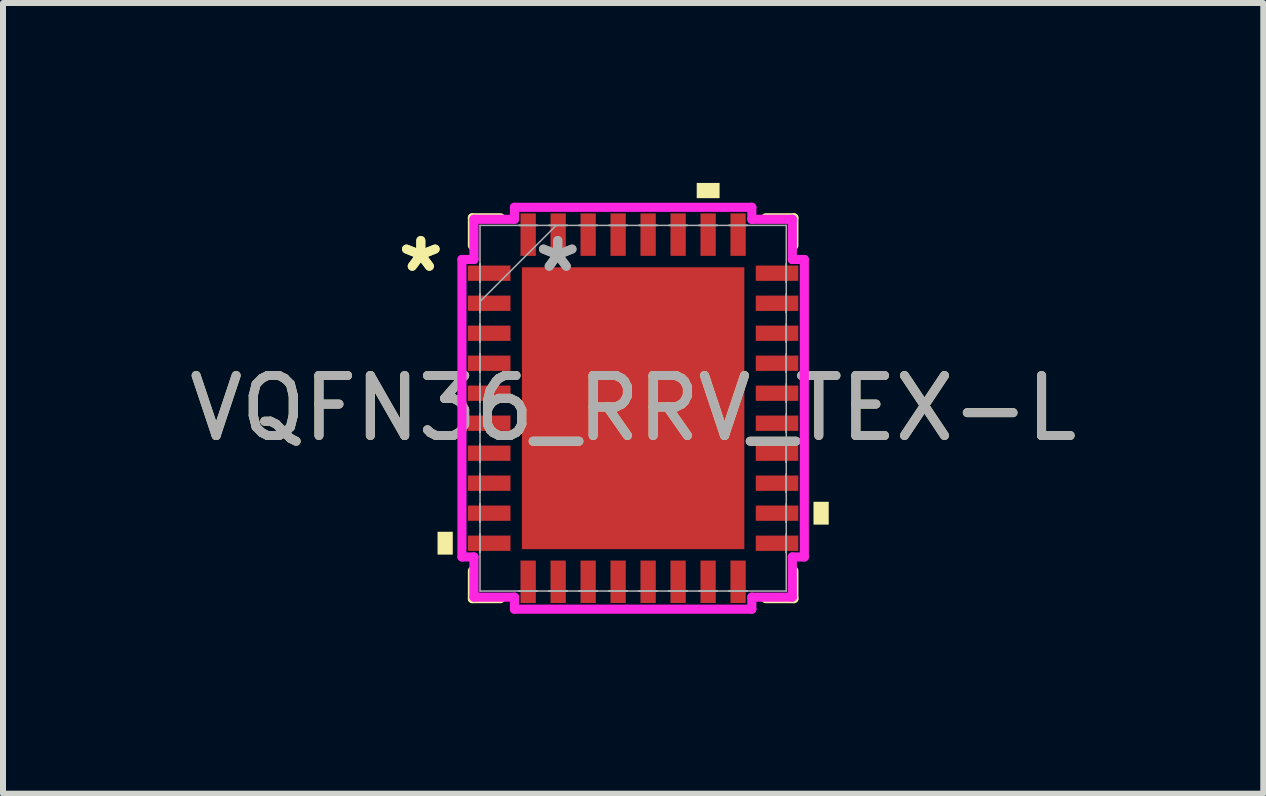
<source format=kicad_pcb>
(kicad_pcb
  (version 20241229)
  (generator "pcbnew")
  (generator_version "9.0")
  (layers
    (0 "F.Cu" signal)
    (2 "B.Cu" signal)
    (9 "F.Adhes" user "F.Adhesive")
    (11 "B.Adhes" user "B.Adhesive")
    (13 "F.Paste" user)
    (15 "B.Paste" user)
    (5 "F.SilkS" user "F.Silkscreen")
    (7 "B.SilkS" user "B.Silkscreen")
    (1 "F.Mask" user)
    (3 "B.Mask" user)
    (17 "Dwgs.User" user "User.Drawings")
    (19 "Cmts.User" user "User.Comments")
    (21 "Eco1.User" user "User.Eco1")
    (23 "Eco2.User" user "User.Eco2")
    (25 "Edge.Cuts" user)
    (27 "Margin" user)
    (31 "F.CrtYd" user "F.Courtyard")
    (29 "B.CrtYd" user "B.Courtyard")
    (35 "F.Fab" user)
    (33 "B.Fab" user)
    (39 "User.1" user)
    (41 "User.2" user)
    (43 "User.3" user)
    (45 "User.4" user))
  (footprint "VQFN36_RRV_TEX-L"
    (layer "F.Cu")
    (at 7.506 3.756)
    (property "Reference" "VQFN36_RRV_TEX-L" (at 0 0 0) (unlocked yes) (layer "F.SilkS") (effects (font (size 1 1) (thickness 0.15))))
    (attr smd)
    (fp_line (start -2.68 -3.175) (end -2.68 -2.711) (stroke (width 0.152) (type solid)) (layer "F.SilkS"))
    (fp_line (start -2.68 2.711) (end -2.68 3.175) (stroke (width 0.152) (type solid)) (layer "F.SilkS"))
    (fp_line (start -2.68 3.175) (end -2.211 3.175) (stroke (width 0.152) (type solid)) (layer "F.SilkS"))
    (fp_line (start -2.211 -3.175) (end -2.68 -3.175) (stroke (width 0.152) (type solid)) (layer "F.SilkS"))
    (fp_line (start 2.211 3.175) (end 2.68 3.175) (stroke (width 0.152) (type solid)) (layer "F.SilkS"))
    (fp_line (start 2.68 -3.175) (end 2.211 -3.175) (stroke (width 0.152) (type solid)) (layer "F.SilkS"))
    (fp_line (start 2.68 -2.711) (end 2.68 -3.175) (stroke (width 0.152) (type solid)) (layer "F.SilkS"))
    (fp_line (start 2.68 3.175) (end 2.68 2.711) (stroke (width 0.152) (type solid)) (layer "F.SilkS"))
    (fp_poly (pts (xy -3.261 2.06) (xy -3.261 2.441) (xy -3.007 2.441) (xy -3.007 2.06)) (stroke (width 0) (type solid)) (fill yes) (layer "F.SilkS"))
    (fp_poly (pts (xy 1.06 -3.502) (xy 1.06 -3.756) (xy 1.441 -3.756) (xy 1.441 -3.502)) (stroke (width 0) (type solid)) (fill yes) (layer "F.SilkS"))
    (fp_poly (pts (xy 3.261 1.56) (xy 3.261 1.941) (xy 3.007 1.941) (xy 3.007 1.56)) (stroke (width 0) (type solid)) (fill yes) (layer "F.SilkS"))
    (fp_line (start -2.854 -2.48) (end -2.654 -2.48) (stroke (width 0.152) (type solid)) (layer "F.CrtYd"))
    (fp_line (start -2.854 2.48) (end -2.854 -2.48) (stroke (width 0.152) (type solid)) (layer "F.CrtYd"))
    (fp_line (start -2.654 -3.15) (end -1.979 -3.15) (stroke (width 0.152) (type solid)) (layer "F.CrtYd"))
    (fp_line (start -2.654 -2.48) (end -2.654 -3.15) (stroke (width 0.152) (type solid)) (layer "F.CrtYd"))
    (fp_line (start -2.654 2.48) (end -2.854 2.48) (stroke (width 0.152) (type solid)) (layer "F.CrtYd"))
    (fp_line (start -2.654 3.15) (end -2.654 2.48) (stroke (width 0.152) (type solid)) (layer "F.CrtYd"))
    (fp_line (start -1.979 -3.35) (end 1.979 -3.35) (stroke (width 0.152) (type solid)) (layer "F.CrtYd"))
    (fp_line (start -1.979 -3.15) (end -1.979 -3.35) (stroke (width 0.152) (type solid)) (layer "F.CrtYd"))
    (fp_line (start -1.979 3.15) (end -2.654 3.15) (stroke (width 0.152) (type solid)) (layer "F.CrtYd"))
    (fp_line (start -1.979 3.35) (end -1.979 3.15) (stroke (width 0.152) (type solid)) (layer "F.CrtYd"))
    (fp_line (start 1.979 -3.35) (end 1.979 -3.15) (stroke (width 0.152) (type solid)) (layer "F.CrtYd"))
    (fp_line (start 1.979 -3.15) (end 2.654 -3.15) (stroke (width 0.152) (type solid)) (layer "F.CrtYd"))
    (fp_line (start 1.979 3.15) (end 1.979 3.35) (stroke (width 0.152) (type solid)) (layer "F.CrtYd"))
    (fp_line (start 1.979 3.35) (end -1.979 3.35) (stroke (width 0.152) (type solid)) (layer "F.CrtYd"))
    (fp_line (start 2.654 -3.15) (end 2.654 -2.48) (stroke (width 0.152) (type solid)) (layer "F.CrtYd"))
    (fp_line (start 2.654 -2.48) (end 2.854 -2.48) (stroke (width 0.152) (type solid)) (layer "F.CrtYd"))
    (fp_line (start 2.654 2.48) (end 2.654 3.15) (stroke (width 0.152) (type solid)) (layer "F.CrtYd"))
    (fp_line (start 2.654 3.15) (end 1.979 3.15) (stroke (width 0.152) (type solid)) (layer "F.CrtYd"))
    (fp_line (start 2.854 -2.48) (end 2.854 2.48) (stroke (width 0.152) (type solid)) (layer "F.CrtYd"))
    (fp_line (start 2.854 2.48) (end 2.654 2.48) (stroke (width 0.152) (type solid)) (layer "F.CrtYd"))
    (fp_line (start -2.553 -3.048) (end -2.553 3.048) (stroke (width 0.025) (type solid)) (layer "F.Fab"))
    (fp_line (start -2.553 -2.403) (end -2.553 -2.403) (stroke (width 0.025) (type solid)) (layer "F.Fab"))
    (fp_line (start -2.553 -2.403) (end -2.553 -2.098) (stroke (width 0.025) (type solid)) (layer "F.Fab"))
    (fp_line (start -2.553 -2.098) (end -2.553 -2.403) (stroke (width 0.025) (type solid)) (layer "F.Fab"))
    (fp_line (start -2.553 -2.098) (end -2.553 -2.098) (stroke (width 0.025) (type solid)) (layer "F.Fab"))
    (fp_line (start -2.553 -1.903) (end -2.553 -1.903) (stroke (width 0.025) (type solid)) (layer "F.Fab"))
    (fp_line (start -2.553 -1.903) (end -2.553 -1.598) (stroke (width 0.025) (type solid)) (layer "F.Fab"))
    (fp_line (start -2.553 -1.778) (end -1.283 -3.048) (stroke (width 0.025) (type solid)) (layer "F.Fab"))
    (fp_line (start -2.553 -1.598) (end -2.553 -1.903) (stroke (width 0.025) (type solid)) (layer "F.Fab"))
    (fp_line (start -2.553 -1.598) (end -2.553 -1.598) (stroke (width 0.025) (type solid)) (layer "F.Fab"))
    (fp_line (start -2.553 -1.403) (end -2.553 -1.403) (stroke (width 0.025) (type solid)) (layer "F.Fab"))
    (fp_line (start -2.553 -1.403) (end -2.553 -1.098) (stroke (width 0.025) (type solid)) (layer "F.Fab"))
    (fp_line (start -2.553 -1.098) (end -2.553 -1.403) (stroke (width 0.025) (type solid)) (layer "F.Fab"))
    (fp_line (start -2.553 -1.098) (end -2.553 -1.098) (stroke (width 0.025) (type solid)) (layer "F.Fab"))
    (fp_line (start -2.553 -0.903) (end -2.553 -0.903) (stroke (width 0.025) (type solid)) (layer "F.Fab"))
    (fp_line (start -2.553 -0.903) (end -2.553 -0.598) (stroke (width 0.025) (type solid)) (layer "F.Fab"))
    (fp_line (start -2.553 -0.598) (end -2.553 -0.903) (stroke (width 0.025) (type solid)) (layer "F.Fab"))
    (fp_line (start -2.553 -0.598) (end -2.553 -0.598) (stroke (width 0.025) (type solid)) (layer "F.Fab"))
    (fp_line (start -2.553 -0.402) (end -2.553 -0.402) (stroke (width 0.025) (type solid)) (layer "F.Fab"))
    (fp_line (start -2.553 -0.402) (end -2.553 -0.098) (stroke (width 0.025) (type solid)) (layer "F.Fab"))
    (fp_line (start -2.553 -0.098) (end -2.553 -0.402) (stroke (width 0.025) (type solid)) (layer "F.Fab"))
    (fp_line (start -2.553 -0.098) (end -2.553 -0.098) (stroke (width 0.025) (type solid)) (layer "F.Fab"))
    (fp_line (start -2.553 0.098) (end -2.553 0.098) (stroke (width 0.025) (type solid)) (layer "F.Fab"))
    (fp_line (start -2.553 0.098) (end -2.553 0.402) (stroke (width 0.025) (type solid)) (layer "F.Fab"))
    (fp_line (start -2.553 0.402) (end -2.553 0.098) (stroke (width 0.025) (type solid)) (layer "F.Fab"))
    (fp_line (start -2.553 0.402) (end -2.553 0.402) (stroke (width 0.025) (type solid)) (layer "F.Fab"))
    (fp_line (start -2.553 0.598) (end -2.553 0.598) (stroke (width 0.025) (type solid)) (layer "F.Fab"))
    (fp_line (start -2.553 0.598) (end -2.553 0.903) (stroke (width 0.025) (type solid)) (layer "F.Fab"))
    (fp_line (start -2.553 0.903) (end -2.553 0.598) (stroke (width 0.025) (type solid)) (layer "F.Fab"))
    (fp_line (start -2.553 0.903) (end -2.553 0.903) (stroke (width 0.025) (type solid)) (layer "F.Fab"))
    (fp_line (start -2.553 1.098) (end -2.553 1.098) (stroke (width 0.025) (type solid)) (layer "F.Fab"))
    (fp_line (start -2.553 1.098) (end -2.553 1.403) (stroke (width 0.025) (type solid)) (layer "F.Fab"))
    (fp_line (start -2.553 1.403) (end -2.553 1.098) (stroke (width 0.025) (type solid)) (layer "F.Fab"))
    (fp_line (start -2.553 1.403) (end -2.553 1.403) (stroke (width 0.025) (type solid)) (layer "F.Fab"))
    (fp_line (start -2.553 1.598) (end -2.553 1.598) (stroke (width 0.025) (type solid)) (layer "F.Fab"))
    (fp_line (start -2.553 1.598) (end -2.553 1.903) (stroke (width 0.025) (type solid)) (layer "F.Fab"))
    (fp_line (start -2.553 1.903) (end -2.553 1.598) (stroke (width 0.025) (type solid)) (layer "F.Fab"))
    (fp_line (start -2.553 1.903) (end -2.553 1.903) (stroke (width 0.025) (type solid)) (layer "F.Fab"))
    (fp_line (start -2.553 2.098) (end -2.553 2.098) (stroke (width 0.025) (type solid)) (layer "F.Fab"))
    (fp_line (start -2.553 2.098) (end -2.553 2.403) (stroke (width 0.025) (type solid)) (layer "F.Fab"))
    (fp_line (start -2.553 2.403) (end -2.553 2.098) (stroke (width 0.025) (type solid)) (layer "F.Fab"))
    (fp_line (start -2.553 2.403) (end -2.553 2.403) (stroke (width 0.025) (type solid)) (layer "F.Fab"))
    (fp_line (start -2.553 3.048) (end 2.553 3.048) (stroke (width 0.025) (type solid)) (layer "F.Fab"))
    (fp_line (start -1.903 -3.048) (end -1.903 -3.048) (stroke (width 0.025) (type solid)) (layer "F.Fab"))
    (fp_line (start -1.903 -3.048) (end -1.598 -3.048) (stroke (width 0.025) (type solid)) (layer "F.Fab"))
    (fp_line (start -1.903 3.048) (end -1.903 3.048) (stroke (width 0.025) (type solid)) (layer "F.Fab"))
    (fp_line (start -1.903 3.048) (end -1.598 3.048) (stroke (width 0.025) (type solid)) (layer "F.Fab"))
    (fp_line (start -1.598 -3.048) (end -1.903 -3.048) (stroke (width 0.025) (type solid)) (layer "F.Fab"))
    (fp_line (start -1.598 -3.048) (end -1.598 -3.048) (stroke (width 0.025) (type solid)) (layer "F.Fab"))
    (fp_line (start -1.598 3.048) (end -1.903 3.048) (stroke (width 0.025) (type solid)) (layer "F.Fab"))
    (fp_line (start -1.598 3.048) (end -1.598 3.048) (stroke (width 0.025) (type solid)) (layer "F.Fab"))
    (fp_line (start -1.403 -3.048) (end -1.403 -3.048) (stroke (width 0.025) (type solid)) (layer "F.Fab"))
    (fp_line (start -1.403 -3.048) (end -1.098 -3.048) (stroke (width 0.025) (type solid)) (layer "F.Fab"))
    (fp_line (start -1.403 3.048) (end -1.403 3.048) (stroke (width 0.025) (type solid)) (layer "F.Fab"))
    (fp_line (start -1.403 3.048) (end -1.098 3.048) (stroke (width 0.025) (type solid)) (layer "F.Fab"))
    (fp_line (start -1.098 -3.048) (end -1.403 -3.048) (stroke (width 0.025) (type solid)) (layer "F.Fab"))
    (fp_line (start -1.098 -3.048) (end -1.098 -3.048) (stroke (width 0.025) (type solid)) (layer "F.Fab"))
    (fp_line (start -1.098 3.048) (end -1.403 3.048) (stroke (width 0.025) (type solid)) (layer "F.Fab"))
    (fp_line (start -1.098 3.048) (end -1.098 3.048) (stroke (width 0.025) (type solid)) (layer "F.Fab"))
    (fp_line (start -0.903 -3.048) (end -0.903 -3.048) (stroke (width 0.025) (type solid)) (layer "F.Fab"))
    (fp_line (start -0.903 -3.048) (end -0.598 -3.048) (stroke (width 0.025) (type solid)) (layer "F.Fab"))
    (fp_line (start -0.903 3.048) (end -0.903 3.048) (stroke (width 0.025) (type solid)) (layer "F.Fab"))
    (fp_line (start -0.903 3.048) (end -0.598 3.048) (stroke (width 0.025) (type solid)) (layer "F.Fab"))
    (fp_line (start -0.598 -3.048) (end -0.903 -3.048) (stroke (width 0.025) (type solid)) (layer "F.Fab"))
    (fp_line (start -0.598 -3.048) (end -0.598 -3.048) (stroke (width 0.025) (type solid)) (layer "F.Fab"))
    (fp_line (start -0.598 3.048) (end -0.903 3.048) (stroke (width 0.025) (type solid)) (layer "F.Fab"))
    (fp_line (start -0.598 3.048) (end -0.598 3.048) (stroke (width 0.025) (type solid)) (layer "F.Fab"))
    (fp_line (start -0.402 -3.048) (end -0.402 -3.048) (stroke (width 0.025) (type solid)) (layer "F.Fab"))
    (fp_line (start -0.402 -3.048) (end -0.098 -3.048) (stroke (width 0.025) (type solid)) (layer "F.Fab"))
    (fp_line (start -0.402 3.048) (end -0.402 3.048) (stroke (width 0.025) (type solid)) (layer "F.Fab"))
    (fp_line (start -0.402 3.048) (end -0.098 3.048) (stroke (width 0.025) (type solid)) (layer "F.Fab"))
    (fp_line (start -0.098 -3.048) (end -0.402 -3.048) (stroke (width 0.025) (type solid)) (layer "F.Fab"))
    (fp_line (start -0.098 -3.048) (end -0.098 -3.048) (stroke (width 0.025) (type solid)) (layer "F.Fab"))
    (fp_line (start -0.098 3.048) (end -0.402 3.048) (stroke (width 0.025) (type solid)) (layer "F.Fab"))
    (fp_line (start -0.098 3.048) (end -0.098 3.048) (stroke (width 0.025) (type solid)) (layer "F.Fab"))
    (fp_line (start 0.098 -3.048) (end 0.098 -3.048) (stroke (width 0.025) (type solid)) (layer "F.Fab"))
    (fp_line (start 0.098 -3.048) (end 0.402 -3.048) (stroke (width 0.025) (type solid)) (layer "F.Fab"))
    (fp_line (start 0.098 3.048) (end 0.098 3.048) (stroke (width 0.025) (type solid)) (layer "F.Fab"))
    (fp_line (start 0.098 3.048) (end 0.402 3.048) (stroke (width 0.025) (type solid)) (layer "F.Fab"))
    (fp_line (start 0.402 -3.048) (end 0.098 -3.048) (stroke (width 0.025) (type solid)) (layer "F.Fab"))
    (fp_line (start 0.402 -3.048) (end 0.402 -3.048) (stroke (width 0.025) (type solid)) (layer "F.Fab"))
    (fp_line (start 0.402 3.048) (end 0.098 3.048) (stroke (width 0.025) (type solid)) (layer "F.Fab"))
    (fp_line (start 0.402 3.048) (end 0.402 3.048) (stroke (width 0.025) (type solid)) (layer "F.Fab"))
    (fp_line (start 0.598 -3.048) (end 0.598 -3.048) (stroke (width 0.025) (type solid)) (layer "F.Fab"))
    (fp_line (start 0.598 -3.048) (end 0.903 -3.048) (stroke (width 0.025) (type solid)) (layer "F.Fab"))
    (fp_line (start 0.598 3.048) (end 0.598 3.048) (stroke (width 0.025) (type solid)) (layer "F.Fab"))
    (fp_line (start 0.598 3.048) (end 0.903 3.048) (stroke (width 0.025) (type solid)) (layer "F.Fab"))
    (fp_line (start 0.903 -3.048) (end 0.598 -3.048) (stroke (width 0.025) (type solid)) (layer "F.Fab"))
    (fp_line (start 0.903 -3.048) (end 0.903 -3.048) (stroke (width 0.025) (type solid)) (layer "F.Fab"))
    (fp_line (start 0.903 3.048) (end 0.598 3.048) (stroke (width 0.025) (type solid)) (layer "F.Fab"))
    (fp_line (start 0.903 3.048) (end 0.903 3.048) (stroke (width 0.025) (type solid)) (layer "F.Fab"))
    (fp_line (start 1.098 -3.048) (end 1.098 -3.048) (stroke (width 0.025) (type solid)) (layer "F.Fab"))
    (fp_line (start 1.098 -3.048) (end 1.403 -3.048) (stroke (width 0.025) (type solid)) (layer "F.Fab"))
    (fp_line (start 1.098 3.048) (end 1.098 3.048) (stroke (width 0.025) (type solid)) (layer "F.Fab"))
    (fp_line (start 1.098 3.048) (end 1.403 3.048) (stroke (width 0.025) (type solid)) (layer "F.Fab"))
    (fp_line (start 1.403 -3.048) (end 1.098 -3.048) (stroke (width 0.025) (type solid)) (layer "F.Fab"))
    (fp_line (start 1.403 -3.048) (end 1.403 -3.048) (stroke (width 0.025) (type solid)) (layer "F.Fab"))
    (fp_line (start 1.403 3.048) (end 1.098 3.048) (stroke (width 0.025) (type solid)) (layer "F.Fab"))
    (fp_line (start 1.403 3.048) (end 1.403 3.048) (stroke (width 0.025) (type solid)) (layer "F.Fab"))
    (fp_line (start 1.598 -3.048) (end 1.598 -3.048) (stroke (width 0.025) (type solid)) (layer "F.Fab"))
    (fp_line (start 1.598 -3.048) (end 1.903 -3.048) (stroke (width 0.025) (type solid)) (layer "F.Fab"))
    (fp_line (start 1.598 3.048) (end 1.598 3.048) (stroke (width 0.025) (type solid)) (layer "F.Fab"))
    (fp_line (start 1.598 3.048) (end 1.903 3.048) (stroke (width 0.025) (type solid)) (layer "F.Fab"))
    (fp_line (start 1.903 -3.048) (end 1.598 -3.048) (stroke (width 0.025) (type solid)) (layer "F.Fab"))
    (fp_line (start 1.903 -3.048) (end 1.903 -3.048) (stroke (width 0.025) (type solid)) (layer "F.Fab"))
    (fp_line (start 1.903 3.048) (end 1.598 3.048) (stroke (width 0.025) (type solid)) (layer "F.Fab"))
    (fp_line (start 1.903 3.048) (end 1.903 3.048) (stroke (width 0.025) (type solid)) (layer "F.Fab"))
    (fp_line (start 2.553 -3.048) (end -2.553 -3.048) (stroke (width 0.025) (type solid)) (layer "F.Fab"))
    (fp_line (start 2.553 -2.403) (end 2.553 -2.403) (stroke (width 0.025) (type solid)) (layer "F.Fab"))
    (fp_line (start 2.553 -2.403) (end 2.553 -2.098) (stroke (width 0.025) (type solid)) (layer "F.Fab"))
    (fp_line (start 2.553 -2.098) (end 2.553 -2.403) (stroke (width 0.025) (type solid)) (layer "F.Fab"))
    (fp_line (start 2.553 -2.098) (end 2.553 -2.098) (stroke (width 0.025) (type solid)) (layer "F.Fab"))
    (fp_line (start 2.553 -1.903) (end 2.553 -1.903) (stroke (width 0.025) (type solid)) (layer "F.Fab"))
    (fp_line (start 2.553 -1.903) (end 2.553 -1.598) (stroke (width 0.025) (type solid)) (layer "F.Fab"))
    (fp_line (start 2.553 -1.598) (end 2.553 -1.903) (stroke (width 0.025) (type solid)) (layer "F.Fab"))
    (fp_line (start 2.553 -1.598) (end 2.553 -1.598) (stroke (width 0.025) (type solid)) (layer "F.Fab"))
    (fp_line (start 2.553 -1.403) (end 2.553 -1.403) (stroke (width 0.025) (type solid)) (layer "F.Fab"))
    (fp_line (start 2.553 -1.403) (end 2.553 -1.098) (stroke (width 0.025) (type solid)) (layer "F.Fab"))
    (fp_line (start 2.553 -1.098) (end 2.553 -1.403) (stroke (width 0.025) (type solid)) (layer "F.Fab"))
    (fp_line (start 2.553 -1.098) (end 2.553 -1.098) (stroke (width 0.025) (type solid)) (layer "F.Fab"))
    (fp_line (start 2.553 -0.903) (end 2.553 -0.903) (stroke (width 0.025) (type solid)) (layer "F.Fab"))
    (fp_line (start 2.553 -0.903) (end 2.553 -0.598) (stroke (width 0.025) (type solid)) (layer "F.Fab"))
    (fp_line (start 2.553 -0.598) (end 2.553 -0.903) (stroke (width 0.025) (type solid)) (layer "F.Fab"))
    (fp_line (start 2.553 -0.598) (end 2.553 -0.598) (stroke (width 0.025) (type solid)) (layer "F.Fab"))
    (fp_line (start 2.553 -0.402) (end 2.553 -0.402) (stroke (width 0.025) (type solid)) (layer "F.Fab"))
    (fp_line (start 2.553 -0.402) (end 2.553 -0.098) (stroke (width 0.025) (type solid)) (layer "F.Fab"))
    (fp_line (start 2.553 -0.098) (end 2.553 -0.402) (stroke (width 0.025) (type solid)) (layer "F.Fab"))
    (fp_line (start 2.553 -0.098) (end 2.553 -0.098) (stroke (width 0.025) (type solid)) (layer "F.Fab"))
    (fp_line (start 2.553 0.098) (end 2.553 0.098) (stroke (width 0.025) (type solid)) (layer "F.Fab"))
    (fp_line (start 2.553 0.098) (end 2.553 0.402) (stroke (width 0.025) (type solid)) (layer "F.Fab"))
    (fp_line (start 2.553 0.402) (end 2.553 0.098) (stroke (width 0.025) (type solid)) (layer "F.Fab"))
    (fp_line (start 2.553 0.402) (end 2.553 0.402) (stroke (width 0.025) (type solid)) (layer "F.Fab"))
    (fp_line (start 2.553 0.598) (end 2.553 0.598) (stroke (width 0.025) (type solid)) (layer "F.Fab"))
    (fp_line (start 2.553 0.598) (end 2.553 0.903) (stroke (width 0.025) (type solid)) (layer "F.Fab"))
    (fp_line (start 2.553 0.903) (end 2.553 0.598) (stroke (width 0.025) (type solid)) (layer "F.Fab"))
    (fp_line (start 2.553 0.903) (end 2.553 0.903) (stroke (width 0.025) (type solid)) (layer "F.Fab"))
    (fp_line (start 2.553 1.098) (end 2.553 1.098) (stroke (width 0.025) (type solid)) (layer "F.Fab"))
    (fp_line (start 2.553 1.098) (end 2.553 1.403) (stroke (width 0.025) (type solid)) (layer "F.Fab"))
    (fp_line (start 2.553 1.403) (end 2.553 1.098) (stroke (width 0.025) (type solid)) (layer "F.Fab"))
    (fp_line (start 2.553 1.403) (end 2.553 1.403) (stroke (width 0.025) (type solid)) (layer "F.Fab"))
    (fp_line (start 2.553 1.598) (end 2.553 1.598) (stroke (width 0.025) (type solid)) (layer "F.Fab"))
    (fp_line (start 2.553 1.598) (end 2.553 1.903) (stroke (width 0.025) (type solid)) (layer "F.Fab"))
    (fp_line (start 2.553 1.903) (end 2.553 1.598) (stroke (width 0.025) (type solid)) (layer "F.Fab"))
    (fp_line (start 2.553 1.903) (end 2.553 1.903) (stroke (width 0.025) (type solid)) (layer "F.Fab"))
    (fp_line (start 2.553 2.098) (end 2.553 2.098) (stroke (width 0.025) (type solid)) (layer "F.Fab"))
    (fp_line (start 2.553 2.098) (end 2.553 2.403) (stroke (width 0.025) (type solid)) (layer "F.Fab"))
    (fp_line (start 2.553 2.403) (end 2.553 2.098) (stroke (width 0.025) (type solid)) (layer "F.Fab"))
    (fp_line (start 2.553 2.403) (end 2.553 2.403) (stroke (width 0.025) (type solid)) (layer "F.Fab"))
    (fp_line (start 2.553 3.048) (end 2.553 -3.048) (stroke (width 0.025) (type solid)) (layer "F.Fab"))
    (fp_text user "*" (at -3.54 -2.251 0) (layer "F.SilkS") (effects (font (size 1 1) (thickness 0.15))))
    (fp_text user "*" (at -3.54 -2.251 0) (unlocked yes) (layer "F.SilkS") (effects (font (size 1 1) (thickness 0.15))))
    (fp_text user "*" (at -1.257 -2.251 0) (layer "F.Fab") (effects (font (size 1 1) (thickness 0.15))))
    (fp_text user "${REFERENCE}" (at 0 0 0) (unlocked yes) (layer "F.Fab") (effects (font (size 1 1) (thickness 0.15))))
    (fp_text user "*" (at -1.257 -2.251 0) (unlocked yes) (layer "F.Fab") (effects (font (size 1 1) (thickness 0.15))))
    (pad "1" smd rect (at -2.399 -2.251 90) (size 0.255 0.708) (layers "F.Cu" "F.Mask" "F.Paste"))
    (pad "2" smd rect (at -2.399 -1.75 90) (size 0.255 0.708) (layers "F.Cu" "F.Mask" "F.Paste"))
    (pad "3" smd rect (at -2.399 -1.25 90) (size 0.255 0.708) (layers "F.Cu" "F.Mask" "F.Paste"))
    (pad "4" smd rect (at -2.399 -0.75 90) (size 0.255 0.708) (layers "F.Cu" "F.Mask" "F.Paste"))
    (pad "5" smd rect (at -2.399 -0.25 90) (size 0.255 0.708) (layers "F.Cu" "F.Mask" "F.Paste"))
    (pad "6" smd rect (at -2.399 0.25 90) (size 0.255 0.708) (layers "F.Cu" "F.Mask" "F.Paste"))
    (pad "7" smd rect (at -2.399 0.75 90) (size 0.255 0.708) (layers "F.Cu" "F.Mask" "F.Paste"))
    (pad "8" smd rect (at -2.399 1.25 90) (size 0.255 0.708) (layers "F.Cu" "F.Mask" "F.Paste"))
    (pad "9" smd rect (at -2.399 1.75 90) (size 0.255 0.708) (layers "F.Cu" "F.Mask" "F.Paste"))
    (pad "10" smd rect (at -2.399 2.251 90) (size 0.255 0.708) (layers "F.Cu" "F.Mask" "F.Paste"))
    (pad "11" smd rect (at -1.75 2.894) (size 0.255 0.708) (layers "F.Cu" "F.Mask" "F.Paste"))
    (pad "12" smd rect (at -1.25 2.894) (size 0.255 0.708) (layers "F.Cu" "F.Mask" "F.Paste"))
    (pad "13" smd rect (at -0.75 2.894) (size 0.255 0.708) (layers "F.Cu" "F.Mask" "F.Paste"))
    (pad "14" smd rect (at -0.25 2.894) (size 0.255 0.708) (layers "F.Cu" "F.Mask" "F.Paste"))
    (pad "15" smd rect (at 0.25 2.894) (size 0.255 0.708) (layers "F.Cu" "F.Mask" "F.Paste"))
    (pad "16" smd rect (at 0.75 2.894) (size 0.255 0.708) (layers "F.Cu" "F.Mask" "F.Paste"))
    (pad "17" smd rect (at 1.25 2.894) (size 0.255 0.708) (layers "F.Cu" "F.Mask" "F.Paste"))
    (pad "18" smd rect (at 1.75 2.894) (size 0.255 0.708) (layers "F.Cu" "F.Mask" "F.Paste"))
    (pad "19" smd rect (at 2.399 2.251 90) (size 0.255 0.708) (layers "F.Cu" "F.Mask" "F.Paste"))
    (pad "20" smd rect (at 2.399 1.75 90) (size 0.255 0.708) (layers "F.Cu" "F.Mask" "F.Paste"))
    (pad "21" smd rect (at 2.399 1.25 90) (size 0.255 0.708) (layers "F.Cu" "F.Mask" "F.Paste"))
    (pad "22" smd rect (at 2.399 0.75 90) (size 0.255 0.708) (layers "F.Cu" "F.Mask" "F.Paste"))
    (pad "23" smd rect (at 2.399 0.25 90) (size 0.255 0.708) (layers "F.Cu" "F.Mask" "F.Paste"))
    (pad "24" smd rect (at 2.399 -0.25 90) (size 0.255 0.708) (layers "F.Cu" "F.Mask" "F.Paste"))
    (pad "25" smd rect (at 2.399 -0.75 90) (size 0.255 0.708) (layers "F.Cu" "F.Mask" "F.Paste"))
    (pad "26" smd rect (at 2.399 -1.25 90) (size 0.255 0.708) (layers "F.Cu" "F.Mask" "F.Paste"))
    (pad "27" smd rect (at 2.399 -1.75 90) (size 0.255 0.708) (layers "F.Cu" "F.Mask" "F.Paste"))
    (pad "28" smd rect (at 2.399 -2.251 90) (size 0.255 0.708) (layers "F.Cu" "F.Mask" "F.Paste"))
    (pad "29" smd rect (at 1.75 -2.894) (size 0.255 0.708) (layers "F.Cu" "F.Mask" "F.Paste"))
    (pad "30" smd rect (at 1.25 -2.894) (size 0.255 0.708) (layers "F.Cu" "F.Mask" "F.Paste"))
    (pad "31" smd rect (at 0.75 -2.894) (size 0.255 0.708) (layers "F.Cu" "F.Mask" "F.Paste"))
    (pad "32" smd rect (at 0.25 -2.894) (size 0.255 0.708) (layers "F.Cu" "F.Mask" "F.Paste"))
    (pad "33" smd rect (at -0.25 -2.894) (size 0.255 0.708) (layers "F.Cu" "F.Mask" "F.Paste"))
    (pad "34" smd rect (at -0.75 -2.894) (size 0.255 0.708) (layers "F.Cu" "F.Mask" "F.Paste"))
    (pad "35" smd rect (at -1.25 -2.894) (size 0.255 0.708) (layers "F.Cu" "F.Mask" "F.Paste"))
    (pad "36" smd rect (at -1.75 -2.894) (size 0.255 0.708) (layers "F.Cu" "F.Mask" "F.Paste"))
    (pad "37" smd rect (at 0 0) (size 3.708 4.699) (layers "F.Cu" "F.Mask" "F.Paste")))
  (gr_rect
    (start -3 -3)
    (end 18.012 10.182)
    (stroke (width 0.1) (type default))
    (fill no)
    (layer "Edge.Cuts")))
</source>
